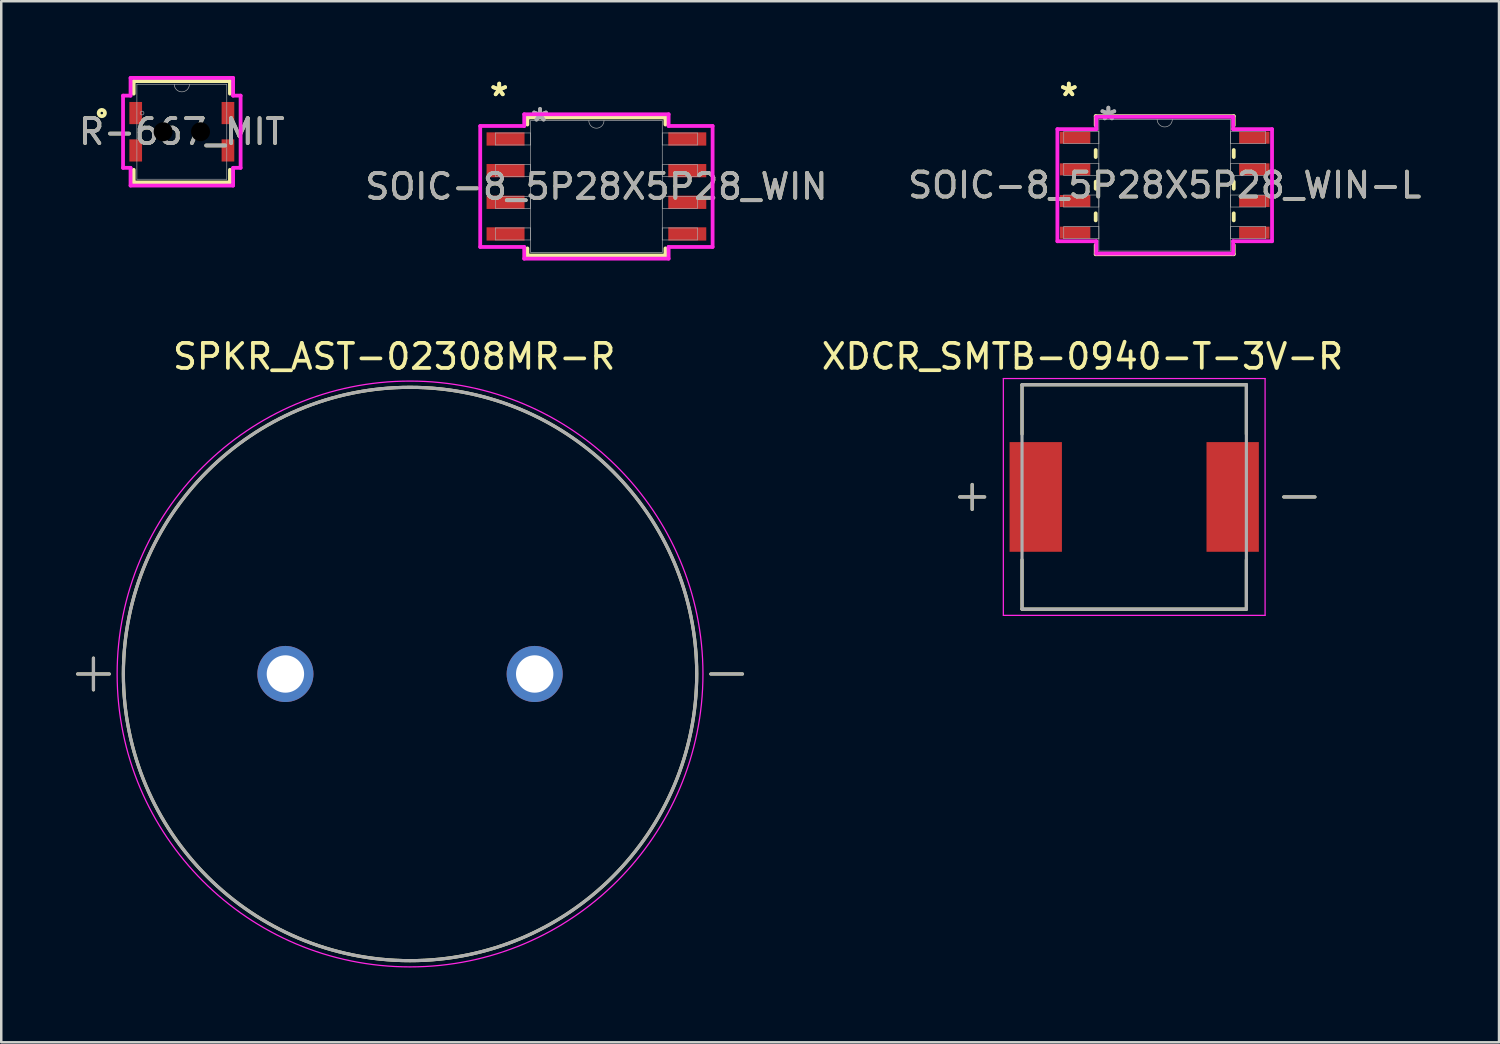
<source format=kicad_pcb>
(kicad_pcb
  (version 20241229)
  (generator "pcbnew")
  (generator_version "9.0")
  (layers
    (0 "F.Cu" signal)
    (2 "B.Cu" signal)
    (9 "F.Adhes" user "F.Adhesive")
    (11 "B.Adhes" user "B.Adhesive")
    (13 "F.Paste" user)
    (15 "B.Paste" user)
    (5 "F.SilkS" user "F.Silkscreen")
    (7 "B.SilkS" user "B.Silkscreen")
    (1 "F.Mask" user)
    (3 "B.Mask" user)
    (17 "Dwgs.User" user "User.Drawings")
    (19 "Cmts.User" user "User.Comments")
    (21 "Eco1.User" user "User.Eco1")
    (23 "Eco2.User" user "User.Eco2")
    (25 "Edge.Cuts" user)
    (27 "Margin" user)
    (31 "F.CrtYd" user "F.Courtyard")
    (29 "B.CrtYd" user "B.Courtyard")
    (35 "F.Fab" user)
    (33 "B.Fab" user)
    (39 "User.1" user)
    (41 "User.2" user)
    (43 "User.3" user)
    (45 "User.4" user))
  (footprint "XDCR_SMTB-0940-T-3V-R"
    (layer "F.Cu")
    (at 42.449 16.885)
    (property "Reference" "XDCR_SMTB-0940-T-3V-R" (at -2.075 -5.635 0) (layer "F.SilkS") (effects (font (size 1 1) (thickness 0.15))))
    (attr smd)
    (fp_line (start -7 0) (end -6 0) (stroke (width 0.127) (type solid)) (layer "F.SilkS"))
    (fp_line (start -6.5 -0.5) (end -6.5 0.5) (stroke (width 0.127) (type solid)) (layer "F.SilkS"))
    (fp_line (start -4.5 -4.5) (end 4.5 -4.5) (stroke (width 0.127) (type solid)) (layer "F.SilkS"))
    (fp_line (start -4.5 -2.52) (end -4.5 -4.5) (stroke (width 0.127) (type solid)) (layer "F.SilkS"))
    (fp_line (start -4.5 4.5) (end -4.5 2.52) (stroke (width 0.127) (type solid)) (layer "F.SilkS"))
    (fp_line (start 4.5 -4.5) (end 4.5 -2.52) (stroke (width 0.127) (type solid)) (layer "F.SilkS"))
    (fp_line (start 4.5 2.52) (end 4.5 4.5) (stroke (width 0.127) (type solid)) (layer "F.SilkS"))
    (fp_line (start 4.5 4.5) (end -4.5 4.5) (stroke (width 0.127) (type solid)) (layer "F.SilkS"))
    (fp_line (start 6 0) (end 7.25 0) (stroke (width 0.127) (type solid)) (layer "F.SilkS"))
    (fp_line (start -5.25 -4.75) (end -5.25 4.75) (stroke (width 0.05) (type solid)) (layer "F.CrtYd"))
    (fp_line (start -5.25 4.75) (end 5.25 4.75) (stroke (width 0.05) (type solid)) (layer "F.CrtYd"))
    (fp_line (start 5.25 -4.75) (end -5.25 -4.75) (stroke (width 0.05) (type solid)) (layer "F.CrtYd"))
    (fp_line (start 5.25 4.75) (end 5.25 -4.75) (stroke (width 0.05) (type solid)) (layer "F.CrtYd"))
    (fp_line (start -7 0) (end -6 0) (stroke (width 0.127) (type solid)) (layer "F.Fab"))
    (fp_line (start -6.5 -0.5) (end -6.5 0.5) (stroke (width 0.127) (type solid)) (layer "F.Fab"))
    (fp_line (start -4.5 -4.5) (end -4.5 4.5) (stroke (width 0.127) (type solid)) (layer "F.Fab"))
    (fp_line (start -4.5 4.5) (end 4.5 4.5) (stroke (width 0.127) (type solid)) (layer "F.Fab"))
    (fp_line (start 4.5 -4.5) (end -4.5 -4.5) (stroke (width 0.127) (type solid)) (layer "F.Fab"))
    (fp_line (start 4.5 4.5) (end 4.5 -4.5) (stroke (width 0.127) (type solid)) (layer "F.Fab"))
    (fp_line (start 6 0) (end 7.25 0) (stroke (width 0.127) (type solid)) (layer "F.Fab"))
    (pad "N" smd rect (at 3.95 0) (size 2.1 4.4) (layers "F.Cu" "F.Mask" "F.Paste"))
    (pad "P" smd rect (at -3.95 0) (size 2.1 4.4) (layers "F.Cu" "F.Mask" "F.Paste")))
  (footprint "SOIC-8_5P28X5P28_WIN-L"
    (layer "F.Cu")
    (at 43.673 4.379)
    (property "Reference" "SOIC-8_5P28X5P28_WIN-L" (at 0 0 0) (unlocked yes) (layer "F.SilkS") (effects (font (size 1 1) (thickness 0.15))))
    (attr smd)
    (fp_line (start -2.769 -2.769) (end -2.769 -2.399) (stroke (width 0.152) (type solid)) (layer "F.SilkS"))
    (fp_line (start -2.769 -1.411) (end -2.769 -1.129) (stroke (width 0.152) (type solid)) (layer "F.SilkS"))
    (fp_line (start -2.769 -0.141) (end -2.769 0.141) (stroke (width 0.152) (type solid)) (layer "F.SilkS"))
    (fp_line (start -2.769 1.129) (end -2.769 1.411) (stroke (width 0.152) (type solid)) (layer "F.SilkS"))
    (fp_line (start -2.769 2.399) (end -2.769 2.769) (stroke (width 0.152) (type solid)) (layer "F.SilkS"))
    (fp_line (start -2.769 2.769) (end 2.769 2.769) (stroke (width 0.152) (type solid)) (layer "F.SilkS"))
    (fp_line (start 2.769 -2.769) (end -2.769 -2.769) (stroke (width 0.152) (type solid)) (layer "F.SilkS"))
    (fp_line (start 2.769 -2.399) (end 2.769 -2.769) (stroke (width 0.152) (type solid)) (layer "F.SilkS"))
    (fp_line (start 2.769 -1.129) (end 2.769 -1.411) (stroke (width 0.152) (type solid)) (layer "F.SilkS"))
    (fp_line (start 2.769 0.141) (end 2.769 -0.141) (stroke (width 0.152) (type solid)) (layer "F.SilkS"))
    (fp_line (start 2.769 1.411) (end 2.769 1.129) (stroke (width 0.152) (type solid)) (layer "F.SilkS"))
    (fp_line (start 2.769 2.769) (end 2.769 2.399) (stroke (width 0.152) (type solid)) (layer "F.SilkS"))
    (fp_line (start -4.305 -2.248) (end -2.743 -2.248) (stroke (width 0.152) (type solid)) (layer "F.CrtYd"))
    (fp_line (start -4.305 2.248) (end -4.305 -2.248) (stroke (width 0.152) (type solid)) (layer "F.CrtYd"))
    (fp_line (start -4.305 2.248) (end -2.743 2.248) (stroke (width 0.152) (type solid)) (layer "F.CrtYd"))
    (fp_line (start -2.743 -2.743) (end 2.743 -2.743) (stroke (width 0.152) (type solid)) (layer "F.CrtYd"))
    (fp_line (start -2.743 -2.248) (end -2.743 -2.743) (stroke (width 0.152) (type solid)) (layer "F.CrtYd"))
    (fp_line (start -2.743 2.743) (end -2.743 2.248) (stroke (width 0.152) (type solid)) (layer "F.CrtYd"))
    (fp_line (start 2.743 -2.743) (end 2.743 -2.248) (stroke (width 0.152) (type solid)) (layer "F.CrtYd"))
    (fp_line (start 2.743 2.248) (end 2.743 2.743) (stroke (width 0.152) (type solid)) (layer "F.CrtYd"))
    (fp_line (start 2.743 2.743) (end -2.743 2.743) (stroke (width 0.152) (type solid)) (layer "F.CrtYd"))
    (fp_line (start 4.305 -2.248) (end 2.743 -2.248) (stroke (width 0.152) (type solid)) (layer "F.CrtYd"))
    (fp_line (start 4.305 -2.248) (end 4.305 2.248) (stroke (width 0.152) (type solid)) (layer "F.CrtYd"))
    (fp_line (start 4.305 2.248) (end 2.743 2.248) (stroke (width 0.152) (type solid)) (layer "F.CrtYd"))
    (fp_line (start -4.051 -2.146) (end -4.051 -1.664) (stroke (width 0.025) (type solid)) (layer "F.Fab"))
    (fp_line (start -4.051 -1.664) (end -2.642 -1.664) (stroke (width 0.025) (type solid)) (layer "F.Fab"))
    (fp_line (start -4.051 -0.876) (end -4.051 -0.394) (stroke (width 0.025) (type solid)) (layer "F.Fab"))
    (fp_line (start -4.051 -0.394) (end -2.642 -0.394) (stroke (width 0.025) (type solid)) (layer "F.Fab"))
    (fp_line (start -4.051 0.394) (end -4.051 0.876) (stroke (width 0.025) (type solid)) (layer "F.Fab"))
    (fp_line (start -4.051 0.876) (end -2.642 0.876) (stroke (width 0.025) (type solid)) (layer "F.Fab"))
    (fp_line (start -4.051 1.664) (end -4.051 2.146) (stroke (width 0.025) (type solid)) (layer "F.Fab"))
    (fp_line (start -4.051 2.146) (end -2.642 2.146) (stroke (width 0.025) (type solid)) (layer "F.Fab"))
    (fp_line (start -2.642 -2.642) (end -2.642 2.642) (stroke (width 0.025) (type solid)) (layer "F.Fab"))
    (fp_line (start -2.642 -2.146) (end -4.051 -2.146) (stroke (width 0.025) (type solid)) (layer "F.Fab"))
    (fp_line (start -2.642 -1.664) (end -2.642 -2.146) (stroke (width 0.025) (type solid)) (layer "F.Fab"))
    (fp_line (start -2.642 -0.876) (end -4.051 -0.876) (stroke (width 0.025) (type solid)) (layer "F.Fab"))
    (fp_line (start -2.642 -0.394) (end -2.642 -0.876) (stroke (width 0.025) (type solid)) (layer "F.Fab"))
    (fp_line (start -2.642 0.394) (end -4.051 0.394) (stroke (width 0.025) (type solid)) (layer "F.Fab"))
    (fp_line (start -2.642 0.876) (end -2.642 0.394) (stroke (width 0.025) (type solid)) (layer "F.Fab"))
    (fp_line (start -2.642 1.664) (end -4.051 1.664) (stroke (width 0.025) (type solid)) (layer "F.Fab"))
    (fp_line (start -2.642 2.146) (end -2.642 1.664) (stroke (width 0.025) (type solid)) (layer "F.Fab"))
    (fp_line (start -2.642 2.642) (end 2.642 2.642) (stroke (width 0.025) (type solid)) (layer "F.Fab"))
    (fp_line (start 2.642 -2.642) (end -2.642 -2.642) (stroke (width 0.025) (type solid)) (layer "F.Fab"))
    (fp_line (start 2.642 -2.146) (end 2.642 -1.664) (stroke (width 0.025) (type solid)) (layer "F.Fab"))
    (fp_line (start 2.642 -1.664) (end 4.051 -1.664) (stroke (width 0.025) (type solid)) (layer "F.Fab"))
    (fp_line (start 2.642 -0.876) (end 2.642 -0.394) (stroke (width 0.025) (type solid)) (layer "F.Fab"))
    (fp_line (start 2.642 -0.394) (end 4.051 -0.394) (stroke (width 0.025) (type solid)) (layer "F.Fab"))
    (fp_line (start 2.642 0.394) (end 2.642 0.876) (stroke (width 0.025) (type solid)) (layer "F.Fab"))
    (fp_line (start 2.642 0.876) (end 4.051 0.876) (stroke (width 0.025) (type solid)) (layer "F.Fab"))
    (fp_line (start 2.642 1.664) (end 2.642 2.146) (stroke (width 0.025) (type solid)) (layer "F.Fab"))
    (fp_line (start 2.642 2.146) (end 4.051 2.146) (stroke (width 0.025) (type solid)) (layer "F.Fab"))
    (fp_line (start 2.642 2.642) (end 2.642 -2.642) (stroke (width 0.025) (type solid)) (layer "F.Fab"))
    (fp_line (start 4.051 -2.146) (end 2.642 -2.146) (stroke (width 0.025) (type solid)) (layer "F.Fab"))
    (fp_line (start 4.051 -1.664) (end 4.051 -2.146) (stroke (width 0.025) (type solid)) (layer "F.Fab"))
    (fp_line (start 4.051 -0.876) (end 2.642 -0.876) (stroke (width 0.025) (type solid)) (layer "F.Fab"))
    (fp_line (start 4.051 -0.394) (end 4.051 -0.876) (stroke (width 0.025) (type solid)) (layer "F.Fab"))
    (fp_line (start 4.051 0.394) (end 2.642 0.394) (stroke (width 0.025) (type solid)) (layer "F.Fab"))
    (fp_line (start 4.051 0.876) (end 4.051 0.394) (stroke (width 0.025) (type solid)) (layer "F.Fab"))
    (fp_line (start 4.051 1.664) (end 2.642 1.664) (stroke (width 0.025) (type solid)) (layer "F.Fab"))
    (fp_line (start 4.051 2.146) (end 4.051 1.664) (stroke (width 0.025) (type solid)) (layer "F.Fab"))
    (fp_arc (start 0.3048 -2.6416) (mid 0 -2.3368) (end -0.3048 -2.6416) (stroke (width 0.0254) (type solid)) (layer "F.Fab"))
    (fp_text user "*" (at -3.848 -3.531 0) (layer "F.SilkS") (effects (font (size 1 1) (thickness 0.15))))
    (fp_text user "*" (at -3.848 -3.531 0) (unlocked yes) (layer "F.SilkS") (effects (font (size 1 1) (thickness 0.15))))
    (fp_text user "${REFERENCE}" (at 0 0 0) (unlocked yes) (layer "F.Fab") (effects (font (size 1 1) (thickness 0.15))))
    (fp_text user "*" (at -2.261 -2.565 0) (layer "F.Fab") (effects (font (size 1 1) (thickness 0.15))))
    (fp_text user "*" (at -2.261 -2.565 0) (unlocked yes) (layer "F.Fab") (effects (font (size 1 1) (thickness 0.15))))
    (pad "1" smd rect (at -3.594 -1.905) (size 1.219 0.483) (layers "F.Cu" "F.Mask" "F.Paste"))
    (pad "2" smd rect (at -3.594 -0.635) (size 1.219 0.483) (layers "F.Cu" "F.Mask" "F.Paste"))
    (pad "3" smd rect (at -3.594 0.635) (size 1.219 0.483) (layers "F.Cu" "F.Mask" "F.Paste"))
    (pad "4" smd rect (at -3.594 1.905) (size 1.219 0.483) (layers "F.Cu" "F.Mask" "F.Paste"))
    (pad "5" smd rect (at 3.594 1.905) (size 1.219 0.483) (layers "F.Cu" "F.Mask" "F.Paste"))
    (pad "6" smd rect (at 3.594 0.635) (size 1.219 0.483) (layers "F.Cu" "F.Mask" "F.Paste"))
    (pad "7" smd rect (at 3.594 -0.635) (size 1.219 0.483) (layers "F.Cu" "F.Mask" "F.Paste"))
    (pad "8" smd rect (at 3.594 -1.905) (size 1.219 0.483) (layers "F.Cu" "F.Mask" "F.Paste")))
  (footprint "R-667_MIT"
    (layer "F.Cu")
    (at 4.244 2.235)
    (property "Reference" "R-667_MIT" (at 0 0 0) (unlocked yes) (layer "F.SilkS") (effects (font (size 1 1) (thickness 0.15))))
    (attr smd)
    (fp_line (start -1.93 -2.032) (end -1.93 -1.527) (stroke (width 0.152) (type solid)) (layer "F.SilkS"))
    (fp_line (start -1.93 1.527) (end -1.93 2.032) (stroke (width 0.152) (type solid)) (layer "F.SilkS"))
    (fp_line (start -1.93 2.032) (end 1.93 2.032) (stroke (width 0.152) (type solid)) (layer "F.SilkS"))
    (fp_line (start 1.93 -2.032) (end -1.93 -2.032) (stroke (width 0.152) (type solid)) (layer "F.SilkS"))
    (fp_line (start 1.93 -1.527) (end 1.93 -2.032) (stroke (width 0.152) (type solid)) (layer "F.SilkS"))
    (fp_line (start 1.93 2.032) (end 1.93 1.527) (stroke (width 0.152) (type solid)) (layer "F.SilkS"))
    (fp_circle (center -3.21 -0.75) (end -3.083 -0.75) (stroke (width 0.152) (type solid)) (fill no) (layer "F.SilkS"))
    (fp_line (start -2.358 -1.448) (end -2.057 -1.448) (stroke (width 0.152) (type solid)) (layer "F.CrtYd"))
    (fp_line (start -2.358 1.448) (end -2.358 -1.448) (stroke (width 0.152) (type solid)) (layer "F.CrtYd"))
    (fp_line (start -2.358 1.448) (end -2.057 1.448) (stroke (width 0.152) (type solid)) (layer "F.CrtYd"))
    (fp_line (start -2.057 -2.159) (end 2.057 -2.159) (stroke (width 0.152) (type solid)) (layer "F.CrtYd"))
    (fp_line (start -2.057 -1.448) (end -2.057 -2.159) (stroke (width 0.152) (type solid)) (layer "F.CrtYd"))
    (fp_line (start -2.057 2.159) (end -2.057 1.448) (stroke (width 0.152) (type solid)) (layer "F.CrtYd"))
    (fp_line (start 2.057 -2.159) (end 2.057 -1.448) (stroke (width 0.152) (type solid)) (layer "F.CrtYd"))
    (fp_line (start 2.057 1.448) (end 2.057 2.159) (stroke (width 0.152) (type solid)) (layer "F.CrtYd"))
    (fp_line (start 2.057 2.159) (end -2.057 2.159) (stroke (width 0.152) (type solid)) (layer "F.CrtYd"))
    (fp_line (start 2.358 -1.448) (end 2.057 -1.448) (stroke (width 0.152) (type solid)) (layer "F.CrtYd"))
    (fp_line (start 2.358 -1.448) (end 2.358 1.448) (stroke (width 0.152) (type solid)) (layer "F.CrtYd"))
    (fp_line (start 2.358 1.448) (end 2.057 1.448) (stroke (width 0.152) (type solid)) (layer "F.CrtYd"))
    (fp_line (start -1.803 -1.905) (end -1.803 1.905) (stroke (width 0.025) (type solid)) (layer "F.Fab"))
    (fp_line (start -1.803 1.905) (end 1.803 1.905) (stroke (width 0.025) (type solid)) (layer "F.Fab"))
    (fp_line (start 1.803 -1.905) (end -1.803 -1.905) (stroke (width 0.025) (type solid)) (layer "F.Fab"))
    (fp_line (start 1.803 1.905) (end 1.803 -1.905) (stroke (width 0.025) (type solid)) (layer "F.Fab"))
    (fp_arc (start 0.3048 -1.905) (mid 0 -1.6002) (end -0.3048 -1.905) (stroke (width 0.0254) (type solid)) (layer "F.Fab"))
    (fp_circle (center -1.596 -0.75) (end -1.52 -0.75) (stroke (width 0.025) (type solid)) (fill no) (layer "F.Fab"))
    (fp_text user "${REFERENCE}" (at 0 0 0) (unlocked yes) (layer "F.Fab") (effects (font (size 1 1) (thickness 0.15))))
    (pad "" np_thru_hole circle (at -0.75 0) (size 0.762 0.762) (drill 0.762) (layers))
    (pad "" np_thru_hole circle (at 0.75 0) (size 0.762 0.762) (drill 0.762) (layers))
    (pad "1" smd rect (at -1.85 -0.75) (size 0.508 0.889) (layers "F.Cu" "F.Mask" "F.Paste"))
    (pad "2" smd rect (at -1.85 0.75) (size 0.508 0.889) (layers "F.Cu" "F.Mask" "F.Paste"))
    (pad "3" smd rect (at 1.85 0.75) (size 0.508 0.889) (layers "F.Cu" "F.Mask" "F.Paste"))
    (pad "4" smd rect (at 1.85 -0.75) (size 0.508 0.889) (layers "F.Cu" "F.Mask" "F.Paste")))
  (footprint "SOIC-8_5P28X5P28_WIN"
    (layer "F.Cu")
    (at 20.875 4.43)
    (property "Reference" "SOIC-8_5P28X5P28_WIN" (at 0 0 0) (unlocked yes) (layer "F.SilkS") (effects (font (size 1 1) (thickness 0.15))))
    (attr smd)
    (fp_line (start -2.769 -2.769) (end -2.769 -2.484) (stroke (width 0.152) (type solid)) (layer "F.SilkS"))
    (fp_line (start -2.769 2.484) (end -2.769 2.769) (stroke (width 0.152) (type solid)) (layer "F.SilkS"))
    (fp_line (start -2.769 2.769) (end 2.769 2.769) (stroke (width 0.152) (type solid)) (layer "F.SilkS"))
    (fp_line (start 2.769 -2.769) (end -2.769 -2.769) (stroke (width 0.152) (type solid)) (layer "F.SilkS"))
    (fp_line (start 2.769 -2.484) (end 2.769 -2.769) (stroke (width 0.152) (type solid)) (layer "F.SilkS"))
    (fp_line (start 2.769 2.769) (end 2.769 2.484) (stroke (width 0.152) (type solid)) (layer "F.SilkS"))
    (fp_line (start -4.661 -2.426) (end -2.896 -2.426) (stroke (width 0.152) (type solid)) (layer "F.CrtYd"))
    (fp_line (start -4.661 2.426) (end -4.661 -2.426) (stroke (width 0.152) (type solid)) (layer "F.CrtYd"))
    (fp_line (start -4.661 2.426) (end -2.896 2.426) (stroke (width 0.152) (type solid)) (layer "F.CrtYd"))
    (fp_line (start -2.896 -2.896) (end 2.896 -2.896) (stroke (width 0.152) (type solid)) (layer "F.CrtYd"))
    (fp_line (start -2.896 -2.426) (end -2.896 -2.896) (stroke (width 0.152) (type solid)) (layer "F.CrtYd"))
    (fp_line (start -2.896 2.896) (end -2.896 2.426) (stroke (width 0.152) (type solid)) (layer "F.CrtYd"))
    (fp_line (start 2.896 -2.896) (end 2.896 -2.426) (stroke (width 0.152) (type solid)) (layer "F.CrtYd"))
    (fp_line (start 2.896 2.426) (end 2.896 2.896) (stroke (width 0.152) (type solid)) (layer "F.CrtYd"))
    (fp_line (start 2.896 2.896) (end -2.896 2.896) (stroke (width 0.152) (type solid)) (layer "F.CrtYd"))
    (fp_line (start 4.661 -2.426) (end 2.896 -2.426) (stroke (width 0.152) (type solid)) (layer "F.CrtYd"))
    (fp_line (start 4.661 -2.426) (end 4.661 2.426) (stroke (width 0.152) (type solid)) (layer "F.CrtYd"))
    (fp_line (start 4.661 2.426) (end 2.896 2.426) (stroke (width 0.152) (type solid)) (layer "F.CrtYd"))
    (fp_line (start -4.051 -2.146) (end -4.051 -1.664) (stroke (width 0.025) (type solid)) (layer "F.Fab"))
    (fp_line (start -4.051 -1.664) (end -2.642 -1.664) (stroke (width 0.025) (type solid)) (layer "F.Fab"))
    (fp_line (start -4.051 -0.876) (end -4.051 -0.394) (stroke (width 0.025) (type solid)) (layer "F.Fab"))
    (fp_line (start -4.051 -0.394) (end -2.642 -0.394) (stroke (width 0.025) (type solid)) (layer "F.Fab"))
    (fp_line (start -4.051 0.394) (end -4.051 0.876) (stroke (width 0.025) (type solid)) (layer "F.Fab"))
    (fp_line (start -4.051 0.876) (end -2.642 0.876) (stroke (width 0.025) (type solid)) (layer "F.Fab"))
    (fp_line (start -4.051 1.664) (end -4.051 2.146) (stroke (width 0.025) (type solid)) (layer "F.Fab"))
    (fp_line (start -4.051 2.146) (end -2.642 2.146) (stroke (width 0.025) (type solid)) (layer "F.Fab"))
    (fp_line (start -2.642 -2.642) (end -2.642 2.642) (stroke (width 0.025) (type solid)) (layer "F.Fab"))
    (fp_line (start -2.642 -2.146) (end -4.051 -2.146) (stroke (width 0.025) (type solid)) (layer "F.Fab"))
    (fp_line (start -2.642 -1.664) (end -2.642 -2.146) (stroke (width 0.025) (type solid)) (layer "F.Fab"))
    (fp_line (start -2.642 -0.876) (end -4.051 -0.876) (stroke (width 0.025) (type solid)) (layer "F.Fab"))
    (fp_line (start -2.642 -0.394) (end -2.642 -0.876) (stroke (width 0.025) (type solid)) (layer "F.Fab"))
    (fp_line (start -2.642 0.394) (end -4.051 0.394) (stroke (width 0.025) (type solid)) (layer "F.Fab"))
    (fp_line (start -2.642 0.876) (end -2.642 0.394) (stroke (width 0.025) (type solid)) (layer "F.Fab"))
    (fp_line (start -2.642 1.664) (end -4.051 1.664) (stroke (width 0.025) (type solid)) (layer "F.Fab"))
    (fp_line (start -2.642 2.146) (end -2.642 1.664) (stroke (width 0.025) (type solid)) (layer "F.Fab"))
    (fp_line (start -2.642 2.642) (end 2.642 2.642) (stroke (width 0.025) (type solid)) (layer "F.Fab"))
    (fp_line (start 2.642 -2.642) (end -2.642 -2.642) (stroke (width 0.025) (type solid)) (layer "F.Fab"))
    (fp_line (start 2.642 -2.146) (end 2.642 -1.664) (stroke (width 0.025) (type solid)) (layer "F.Fab"))
    (fp_line (start 2.642 -1.664) (end 4.051 -1.664) (stroke (width 0.025) (type solid)) (layer "F.Fab"))
    (fp_line (start 2.642 -0.876) (end 2.642 -0.394) (stroke (width 0.025) (type solid)) (layer "F.Fab"))
    (fp_line (start 2.642 -0.394) (end 4.051 -0.394) (stroke (width 0.025) (type solid)) (layer "F.Fab"))
    (fp_line (start 2.642 0.394) (end 2.642 0.876) (stroke (width 0.025) (type solid)) (layer "F.Fab"))
    (fp_line (start 2.642 0.876) (end 4.051 0.876) (stroke (width 0.025) (type solid)) (layer "F.Fab"))
    (fp_line (start 2.642 1.664) (end 2.642 2.146) (stroke (width 0.025) (type solid)) (layer "F.Fab"))
    (fp_line (start 2.642 2.146) (end 4.051 2.146) (stroke (width 0.025) (type solid)) (layer "F.Fab"))
    (fp_line (start 2.642 2.642) (end 2.642 -2.642) (stroke (width 0.025) (type solid)) (layer "F.Fab"))
    (fp_line (start 4.051 -2.146) (end 2.642 -2.146) (stroke (width 0.025) (type solid)) (layer "F.Fab"))
    (fp_line (start 4.051 -1.664) (end 4.051 -2.146) (stroke (width 0.025) (type solid)) (layer "F.Fab"))
    (fp_line (start 4.051 -0.876) (end 2.642 -0.876) (stroke (width 0.025) (type solid)) (layer "F.Fab"))
    (fp_line (start 4.051 -0.394) (end 4.051 -0.876) (stroke (width 0.025) (type solid)) (layer "F.Fab"))
    (fp_line (start 4.051 0.394) (end 2.642 0.394) (stroke (width 0.025) (type solid)) (layer "F.Fab"))
    (fp_line (start 4.051 0.876) (end 4.051 0.394) (stroke (width 0.025) (type solid)) (layer "F.Fab"))
    (fp_line (start 4.051 1.664) (end 2.642 1.664) (stroke (width 0.025) (type solid)) (layer "F.Fab"))
    (fp_line (start 4.051 2.146) (end 4.051 1.664) (stroke (width 0.025) (type solid)) (layer "F.Fab"))
    (fp_arc (start 0.3048 -2.6416) (mid 0 -2.3368) (end -0.3048 -2.6416) (stroke (width 0.0254) (type solid)) (layer "F.Fab"))
    (fp_text user "*" (at -3.899 -3.581 0) (unlocked yes) (layer "F.SilkS") (effects (font (size 1 1) (thickness 0.15))))
    (fp_text user "*" (at -3.899 -3.581 0) (layer "F.SilkS") (effects (font (size 1 1) (thickness 0.15))))
    (fp_text user "${REFERENCE}" (at 0 0 0) (unlocked yes) (layer "F.Fab") (effects (font (size 1 1) (thickness 0.15))))
    (fp_text user "*" (at -2.261 -2.565 0) (unlocked yes) (layer "F.Fab") (effects (font (size 1 1) (thickness 0.15))))
    (fp_text user "*" (at -2.261 -2.565 0) (layer "F.Fab") (effects (font (size 1 1) (thickness 0.15))))
    (pad "1" smd rect (at -3.645 -1.905) (size 1.524 0.533) (layers "F.Cu" "F.Mask" "F.Paste"))
    (pad "2" smd rect (at -3.645 -0.635) (size 1.524 0.533) (layers "F.Cu" "F.Mask" "F.Paste"))
    (pad "3" smd rect (at -3.645 0.635) (size 1.524 0.533) (layers "F.Cu" "F.Mask" "F.Paste"))
    (pad "4" smd rect (at -3.645 1.905) (size 1.524 0.533) (layers "F.Cu" "F.Mask" "F.Paste"))
    (pad "5" smd rect (at 3.645 1.905) (size 1.524 0.533) (layers "F.Cu" "F.Mask" "F.Paste"))
    (pad "6" smd rect (at 3.645 0.635) (size 1.524 0.533) (layers "F.Cu" "F.Mask" "F.Paste"))
    (pad "7" smd rect (at 3.645 -0.635) (size 1.524 0.533) (layers "F.Cu" "F.Mask" "F.Paste"))
    (pad "8" smd rect (at 3.645 -1.905) (size 1.524 0.533) (layers "F.Cu" "F.Mask" "F.Paste")))
  (footprint "SPKR_AST-02308MR-R"
    (layer "F.Cu")
    (at 13.399 23.987)
    (property "Reference" "SPKR_AST-02308MR-R" (at -0.637 -12.735 0) (layer "F.SilkS") (effects (font (size 1.004 1.004) (thickness 0.15))))
    (attr through_hole)
    (fp_line (start -13.335 0) (end -12.065 0) (stroke (width 0.127) (type solid)) (layer "F.SilkS"))
    (fp_line (start -12.7 -0.635) (end -12.7 0.635) (stroke (width 0.127) (type solid)) (layer "F.SilkS"))
    (fp_line (start 12.065 0) (end 13.335 0) (stroke (width 0.127) (type solid)) (layer "F.SilkS"))
    (fp_circle (center 0 0) (end 11.5 0) (stroke (width 0.127) (type solid)) (fill no) (layer "F.SilkS"))
    (fp_circle (center 0 0) (end 11.75 0) (stroke (width 0.05) (type solid)) (fill no) (layer "F.CrtYd"))
    (fp_line (start -13.335 0) (end -12.065 0) (stroke (width 0.127) (type solid)) (layer "F.Fab"))
    (fp_line (start -12.7 -0.635) (end -12.7 0.635) (stroke (width 0.127) (type solid)) (layer "F.Fab"))
    (fp_line (start 12.065 0) (end 13.335 0) (stroke (width 0.127) (type solid)) (layer "F.Fab"))
    (fp_circle (center 0 0) (end 11.5 0) (stroke (width 0.127) (type solid)) (fill no) (layer "F.Fab"))
    (pad "N" thru_hole circle (at 5 0) (size 2.25 2.25) (drill 1.5) (layers "*.Cu" "*.Mask"))
    (pad "P" thru_hole circle (at -5 0) (size 2.25 2.25) (drill 1.5) (layers "*.Cu" "*.Mask")))
  (gr_rect
    (start -3 -3)
    (end 57.083 38.762)
    (stroke (width 0.1) (type default))
    (fill no)
    (layer "Edge.Cuts")))
</source>
